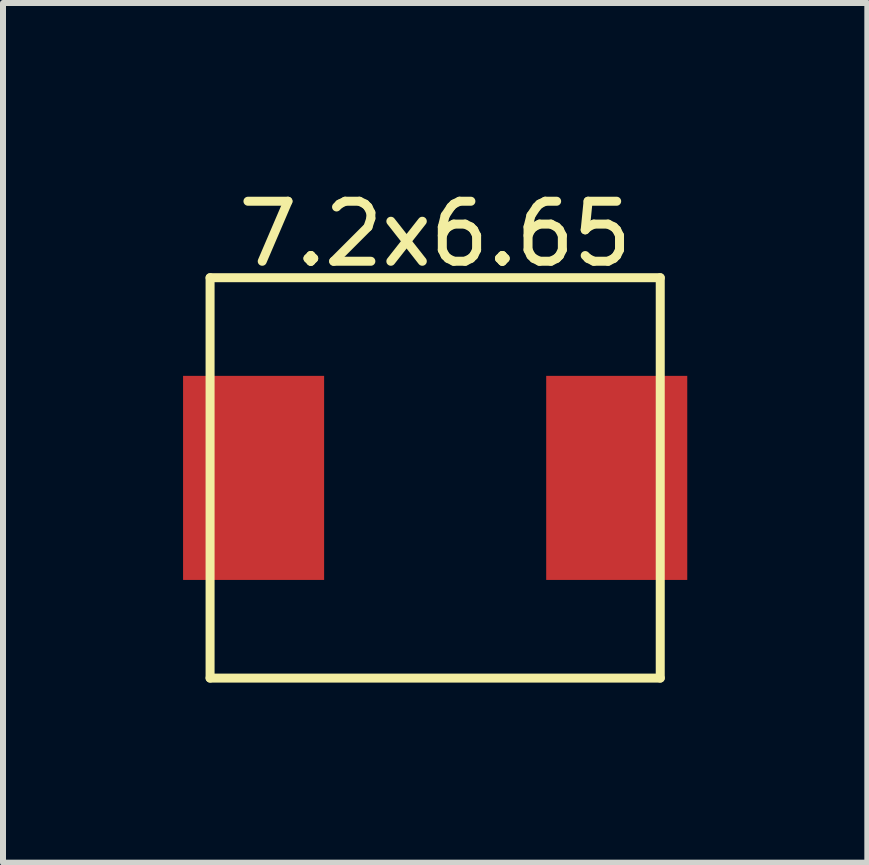
<source format=kicad_pcb>
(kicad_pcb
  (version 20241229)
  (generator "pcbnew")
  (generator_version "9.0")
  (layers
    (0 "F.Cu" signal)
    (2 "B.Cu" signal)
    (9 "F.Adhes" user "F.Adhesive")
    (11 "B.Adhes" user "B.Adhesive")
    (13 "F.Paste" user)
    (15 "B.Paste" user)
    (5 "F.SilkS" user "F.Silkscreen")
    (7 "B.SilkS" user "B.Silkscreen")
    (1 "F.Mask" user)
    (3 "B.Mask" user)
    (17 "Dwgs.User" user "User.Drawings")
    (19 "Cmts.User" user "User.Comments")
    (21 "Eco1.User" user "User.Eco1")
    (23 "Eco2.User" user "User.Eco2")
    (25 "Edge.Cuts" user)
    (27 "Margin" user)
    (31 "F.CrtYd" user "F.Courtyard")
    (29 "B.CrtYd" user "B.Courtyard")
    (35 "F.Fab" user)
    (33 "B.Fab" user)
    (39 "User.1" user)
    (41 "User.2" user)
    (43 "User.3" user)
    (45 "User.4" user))
  (footprint "7.2x6.65"
    (layer "F.Cu")
    (at 4.2 4.912)
    (property "Reference" "7.2x6.65" (at 0 -4.064 0) (layer "F.SilkS") (effects (font (size 1 1) (thickness 0.15))))
    (attr through_hole)
    (fp_line (start -3.75 -3.335) (end 3.75 -3.335) (stroke (width 0.15) (type solid)) (layer "F.SilkS"))
    (fp_line (start -3.75 3.335) (end -3.75 -3.335) (stroke (width 0.15) (type solid)) (layer "F.SilkS"))
    (fp_line (start 3.75 -3.335) (end 3.75 3.335) (stroke (width 0.15) (type solid)) (layer "F.SilkS"))
    (fp_line (start 3.75 3.335) (end -3.75 3.335) (stroke (width 0.15) (type solid)) (layer "F.SilkS"))
    (pad "1" smd rect (at -3.025 0) (size 2.35 3.4) (layers "F.Cu" "F.Mask" "F.Paste"))
    (pad "2" smd rect (at 3.025 0) (size 2.35 3.4) (layers "F.Cu" "F.Mask" "F.Paste")))
  (gr_rect
    (start -3 -3)
    (end 11.4 11.322)
    (stroke (width 0.1) (type default))
    (fill no)
    (layer "Edge.Cuts")))
</source>
